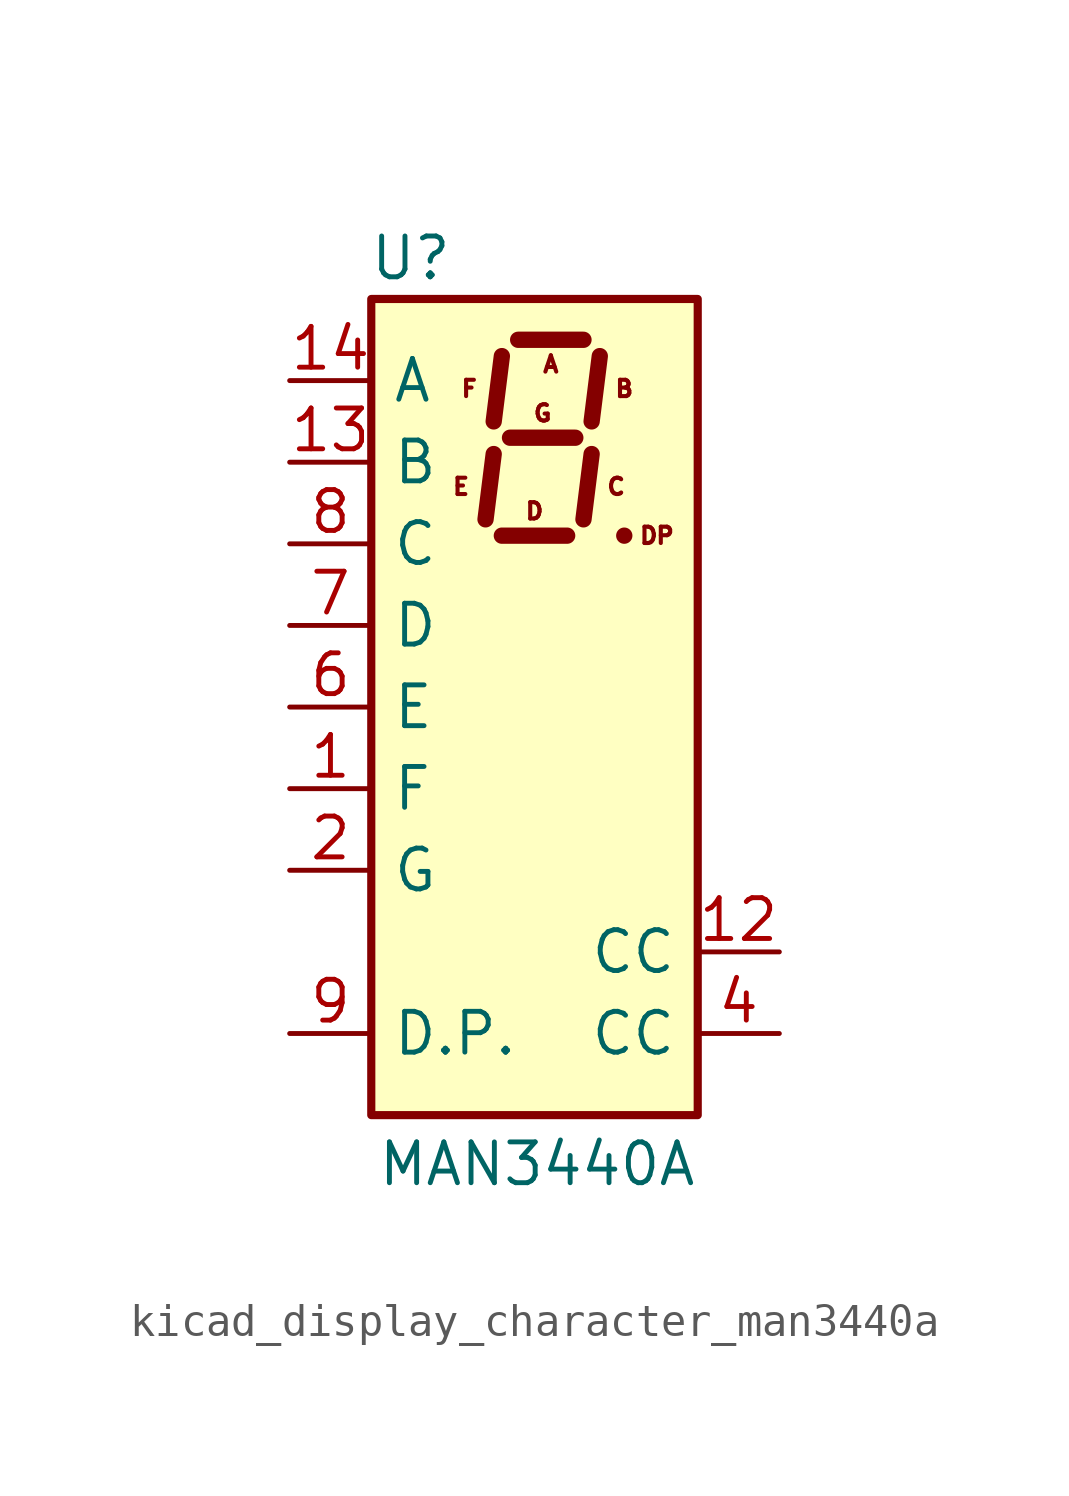
<source format=kicad_sym>
(kicad_symbol_lib
  (version 20220914)
  (generator kicad_symbol_editor)
  (symbol "kicad_display_character_man3440a"
    (pin_names
      (offset 0.635))
    (property "Reference" "U"
      (at -2.54 13.97 0)
      (effects (font (size 1.27 1.27)) (justify right)))
    (property "Value" "MAN3440A"
      (at 5.08 -14.224 0)
      (effects (font (size 1.27 1.27)) (justify right)))
    (symbol "kicad_display_character_man3440a_0_0"
      (text "A" (at 0.508 10.668 0) (effects (font (size 0.508 0.508))))
      (text "B" (at 2.794 9.906 0) (effects (font (size 0.508 0.508))))
      (text "C" (at 2.54 6.858 0) (effects (font (size 0.508 0.508))))
      (text "D" (at 0 6.096 0) (effects (font (size 0.508 0.508))))
      (text "DP" (at 3.81 5.334 0) (effects (font (size 0.508 0.508))))
      (text "E" (at -2.286 6.858 0) (effects (font (size 0.508 0.508))))
      (text "F" (at -2.032 9.906 0) (effects (font (size 0.508 0.508))))
      (text "G" (at 0.254 9.144 0) (effects (font (size 0.508 0.508)))))
    (symbol "kicad_display_character_man3440a_0_1"
      (rectangle (start -5.08 12.7) (end 5.08 -12.7) (stroke (width 0.254) (type default)) (fill (type background)))
      (polyline (pts (xy -1.27 7.874) (xy -1.524 5.842)) (stroke (width 0.508) (type default)) (fill (type none)))
      (polyline (pts (xy -1.016 5.334) (xy 1.016 5.334)) (stroke (width 0.508) (type default)) (fill (type none)))
      (polyline (pts (xy -1.016 10.922) (xy -1.27 8.89)) (stroke (width 0.508) (type default)) (fill (type none)))
      (polyline (pts (xy -0.762 8.382) (xy 1.27 8.382)) (stroke (width 0.508) (type default)) (fill (type none)))
      (polyline (pts (xy -0.508 11.43) (xy 1.524 11.43)) (stroke (width 0.508) (type default)) (fill (type none)))
      (polyline (pts (xy 1.778 7.874) (xy 1.524 5.842)) (stroke (width 0.508) (type default)) (fill (type none)))
      (polyline (pts (xy 2.032 10.922) (xy 1.778 8.89)) (stroke (width 0.508) (type default)) (fill (type none)))
      (polyline (pts (xy 2.794 5.334) (xy 2.794 5.334)) (stroke (width 0.508) (type default)) (fill (type none))))
    (symbol "kicad_display_character_man3440a_1_1"
      (pin input line (at -7.62 -2.54 0) (length 2.54) (name "F" (effects (font (size 1.27 1.27)))) (number "1" (effects (font (size 1.27 1.27)))))
      (pin no_connect line (at 5.08 -2.54 180) (length 2.54) hide (name "NC" (effects (font (size 1.27 1.27)))) (number "10" (effects (font (size 1.27 1.27)))))
      (pin no_connect line (at 5.08 -5.08 180) (length 2.54) hide (name "NC" (effects (font (size 1.27 1.27)))) (number "11" (effects (font (size 1.27 1.27)))))
      (pin input line (at 7.62 -7.62 180) (length 2.54) (name "CC" (effects (font (size 1.27 1.27)))) (number "12" (effects (font (size 1.27 1.27)))))
      (pin input line (at -7.62 7.62 0) (length 2.54) (name "B" (effects (font (size 1.27 1.27)))) (number "13" (effects (font (size 1.27 1.27)))))
      (pin input line (at -7.62 10.16 0) (length 2.54) (name "A" (effects (font (size 1.27 1.27)))) (number "14" (effects (font (size 1.27 1.27)))))
      (pin input line (at -7.62 -5.08 0) (length 2.54) (name "G" (effects (font (size 1.27 1.27)))) (number "2" (effects (font (size 1.27 1.27)))))
      (pin no_connect line (at 5.08 2.54 180) (length 2.54) hide (name "NC" (effects (font (size 1.27 1.27)))) (number "3" (effects (font (size 1.27 1.27)))))
      (pin input line (at 7.62 -10.16 180) (length 2.54) (name "CC" (effects (font (size 1.27 1.27)))) (number "4" (effects (font (size 1.27 1.27)))))
      (pin no_connect line (at 5.08 0 180) (length 2.54) hide (name "NC" (effects (font (size 1.27 1.27)))) (number "5" (effects (font (size 1.27 1.27)))))
      (pin input line (at -7.62 0 0) (length 2.54) (name "E" (effects (font (size 1.27 1.27)))) (number "6" (effects (font (size 1.27 1.27)))))
      (pin input line (at -7.62 2.54 0) (length 2.54) (name "D" (effects (font (size 1.27 1.27)))) (number "7" (effects (font (size 1.27 1.27)))))
      (pin input line (at -7.62 5.08 0) (length 2.54) (name "C" (effects (font (size 1.27 1.27)))) (number "8" (effects (font (size 1.27 1.27)))))
      (pin input line (at -7.62 -10.16 0) (length 2.54) (name "D.P." (effects (font (size 1.27 1.27)))) (number "9" (effects (font (size 1.27 1.27))))))))
</source>
